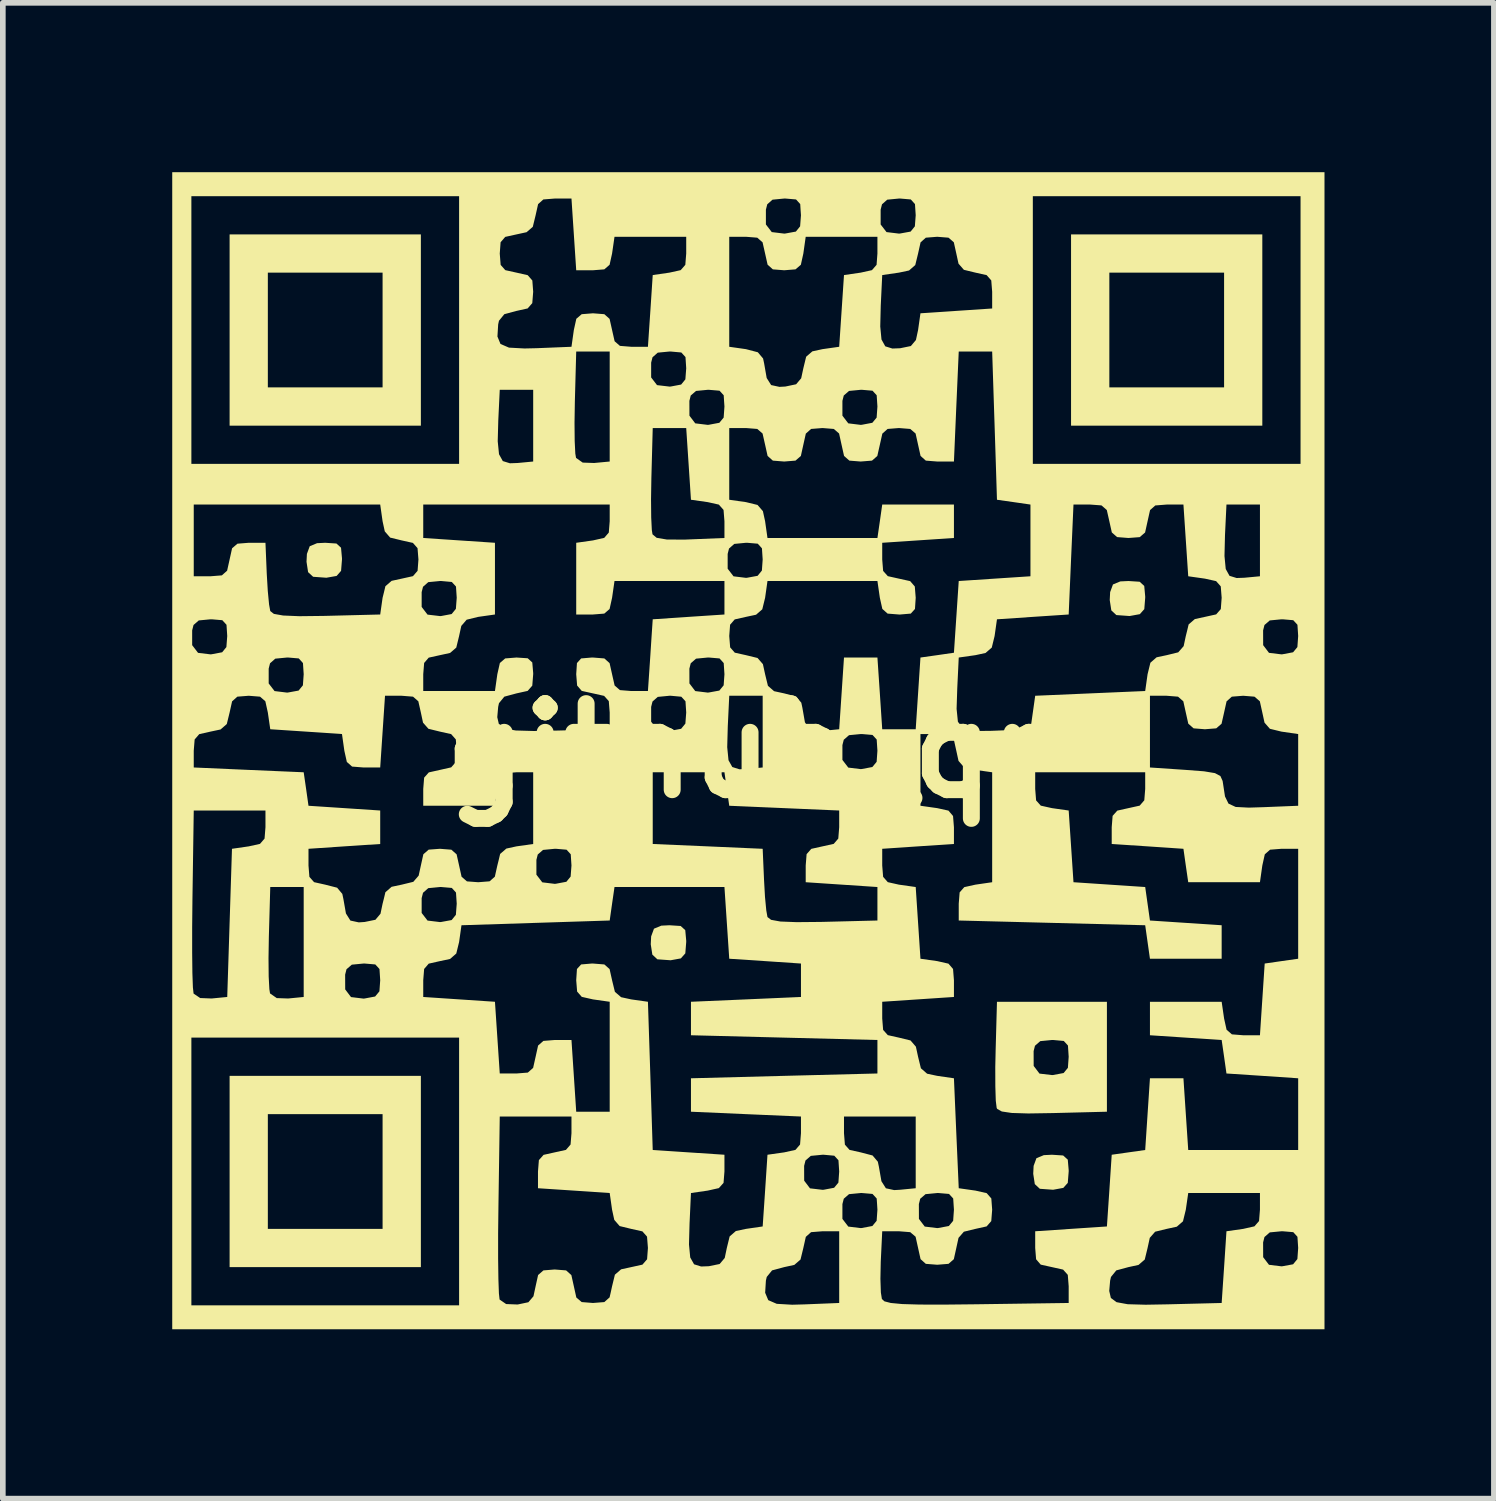
<source format=kicad_pcb>
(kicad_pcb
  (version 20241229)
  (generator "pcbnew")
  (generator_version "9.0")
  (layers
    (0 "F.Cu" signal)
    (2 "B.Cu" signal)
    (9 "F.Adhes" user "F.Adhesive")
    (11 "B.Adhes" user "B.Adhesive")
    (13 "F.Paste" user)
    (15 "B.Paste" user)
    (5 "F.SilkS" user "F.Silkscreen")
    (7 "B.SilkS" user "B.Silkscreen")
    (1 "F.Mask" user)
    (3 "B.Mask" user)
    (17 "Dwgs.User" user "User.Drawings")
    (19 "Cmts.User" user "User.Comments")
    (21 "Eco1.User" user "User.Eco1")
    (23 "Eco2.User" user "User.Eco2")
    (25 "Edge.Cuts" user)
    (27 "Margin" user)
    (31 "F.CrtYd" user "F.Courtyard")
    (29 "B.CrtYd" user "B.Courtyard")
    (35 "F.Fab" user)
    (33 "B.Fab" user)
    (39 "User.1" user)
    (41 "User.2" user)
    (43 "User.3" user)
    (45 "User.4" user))
  (footprint "github_qr"
    (layer "F.Cu")
    (at 10.16 10.245)
    (property "Reference" "github_qr" (at 0 0 0) (layer "F.SilkS") (effects (font (size 1.524 1.524) (thickness 0.3))))
    (attr board_only exclude_from_pos_files exclude_from_bom)
    (fp_poly (pts (xy -5.757 -5.757) (xy -9.144 -5.757) (xy -9.144 -6.435) (xy -8.467 -6.435) (xy -6.435 -6.435) (xy -6.435 -8.467) (xy -8.467 -8.467) (xy -8.467 -6.435) (xy -9.144 -6.435) (xy -9.144 -9.144) (xy -5.757 -9.144)) (stroke (width 0) (type solid)) (fill yes) (layer "F.SilkS"))
    (fp_poly (pts (xy -5.757 9.144) (xy -9.144 9.144) (xy -9.144 8.467) (xy -8.467 8.467) (xy -6.435 8.467) (xy -6.435 6.435) (xy -8.467 6.435) (xy -8.467 8.467) (xy -9.144 8.467) (xy -9.144 5.757) (xy -5.757 5.757)) (stroke (width 0) (type solid)) (fill yes) (layer "F.SilkS"))
    (fp_poly (pts (xy 9.144 -5.757) (xy 5.757 -5.757) (xy 5.757 -6.435) (xy 6.435 -6.435) (xy 8.467 -6.435) (xy 8.467 -8.467) (xy 6.435 -8.467) (xy 6.435 -6.435) (xy 5.757 -6.435) (xy 5.757 -9.144) (xy 9.144 -9.144)) (stroke (width 0) (type solid)) (fill yes) (layer "F.SilkS"))
    (fp_poly (pts (xy -7.252 -3.67) (xy -7.171 -3.596) (xy -7.154 -3.409) (xy -7.154 -3.387) (xy -7.17 -3.186) (xy -7.249 -3.096) (xy -7.43 -3.064) (xy -7.665 -3.081) (xy -7.754 -3.163) (xy -7.782 -3.347) (xy -7.775 -3.486) (xy -7.725 -3.622) (xy -7.595 -3.676) (xy -7.451 -3.683)) (stroke (width 0) (type solid)) (fill yes) (layer "F.SilkS"))
    (fp_poly (pts (xy -1.156 3.103) (xy -1.075 3.177) (xy -1.058 3.364) (xy -1.058 3.387) (xy -1.074 3.588) (xy -1.153 3.677) (xy -1.334 3.71) (xy -1.569 3.693) (xy -1.658 3.61) (xy -1.686 3.427) (xy -1.679 3.287) (xy -1.629 3.151) (xy -1.499 3.097) (xy -1.355 3.09)) (stroke (width 0) (type solid)) (fill yes) (layer "F.SilkS"))
    (fp_poly (pts (xy 5.617 7.167) (xy 5.699 7.241) (xy 5.715 7.428) (xy 5.715 7.451) (xy 5.699 7.652) (xy 5.62 7.741) (xy 5.439 7.774) (xy 5.204 7.757) (xy 5.115 7.674) (xy 5.087 7.491) (xy 5.094 7.351) (xy 5.144 7.215) (xy 5.275 7.161) (xy 5.419 7.154)) (stroke (width 0) (type solid)) (fill yes) (layer "F.SilkS"))
    (fp_poly (pts (xy 6.972 -2.993) (xy 7.053 -2.919) (xy 7.07 -2.732) (xy 7.07 -2.709) (xy 7.054 -2.508) (xy 6.975 -2.419) (xy 6.794 -2.386) (xy 6.559 -2.403) (xy 6.47 -2.486) (xy 6.442 -2.669) (xy 6.449 -2.809) (xy 6.499 -2.945) (xy 6.629 -2.999) (xy 6.773 -3.006)) (stroke (width 0) (type solid)) (fill yes) (layer "F.SilkS"))
    (fp_poly (pts (xy 6.392 6.392) (xy 5.438 6.416) (xy 5 6.423) (xy 4.706 6.414) (xy 4.531 6.388) (xy 4.45 6.343) (xy 4.44 6.326) (xy 4.424 6.197) (xy 4.416 5.941) (xy 4.415 5.598) (xy 4.421 5.328) (xy 4.421 5.319) (xy 5.094 5.319) (xy 5.095 5.581) (xy 5.198 5.717) (xy 5.42 5.743) (xy 5.439 5.742) (xy 5.625 5.707) (xy 5.701 5.615) (xy 5.715 5.419) (xy 5.702 5.22) (xy 5.628 5.139) (xy 5.441 5.122) (xy 5.419 5.122) (xy 5.212 5.142) (xy 5.118 5.224) (xy 5.094 5.319) (xy 4.421 5.319) (xy 4.445 4.445) (xy 6.392 4.445)) (stroke (width 0) (type solid)) (fill yes) (layer "F.SilkS"))
    (fp_poly (pts (xy 10.245 10.245) (xy -10.16 10.245) (xy -10.16 9.821) (xy -9.821 9.821) (xy -5.08 9.821) (xy -5.08 8.992) (xy -4.389 8.992) (xy -4.384 9.357) (xy -4.375 9.609) (xy -4.363 9.718) (xy -4.247 9.798) (xy -4.043 9.806) (xy -3.853 9.766) (xy -3.763 9.66) (xy -3.725 9.483) (xy -3.681 9.284) (xy -3.587 9.202) (xy -3.387 9.186) (xy -3.185 9.202) (xy -3.092 9.285) (xy -3.048 9.483) (xy -3.004 9.682) (xy -2.909 9.763) (xy -2.709 9.779) (xy -2.508 9.763) (xy -2.415 9.68) (xy -2.396 9.598) (xy 0.34 9.598) (xy 0.395 9.729) (xy 0.545 9.794) (xy 0.818 9.81) (xy 1.036 9.804) (xy 1.651 9.779) (xy 1.651 9.351) (xy 2.381 9.351) (xy 2.389 9.593) (xy 2.407 9.708) (xy 2.452 9.75) (xy 2.565 9.779) (xy 2.766 9.798) (xy 3.075 9.807) (xy 3.513 9.808) (xy 4.083 9.802) (xy 5.715 9.779) (xy 5.715 9.566) (xy 6.433 9.566) (xy 6.462 9.69) (xy 6.563 9.765) (xy 6.759 9.801) (xy 7.078 9.81) (xy 7.47 9.803) (xy 8.424 9.779) (xy 8.467 9.144) (xy 8.496 8.706) (xy 9.158 8.706) (xy 9.159 8.968) (xy 9.262 9.103) (xy 9.484 9.13) (xy 9.503 9.128) (xy 9.689 9.094) (xy 9.765 9.001) (xy 9.779 8.805) (xy 9.766 8.607) (xy 9.692 8.525) (xy 9.505 8.509) (xy 9.483 8.509) (xy 9.276 8.529) (xy 9.182 8.611) (xy 9.158 8.706) (xy 8.496 8.706) (xy 8.509 8.509) (xy 8.805 8.467) (xy 9.004 8.422) (xy 9.086 8.328) (xy 9.102 8.128) (xy 9.102 7.832) (xy 7.832 7.832) (xy 7.789 8.128) (xy 7.739 8.333) (xy 7.63 8.428) (xy 7.451 8.467) (xy 7.246 8.517) (xy 7.151 8.626) (xy 7.112 8.805) (xy 7.062 9.01) (xy 6.952 9.105) (xy 6.773 9.144) (xy 6.558 9.202) (xy 6.464 9.318) (xy 6.449 9.383) (xy 6.433 9.566) (xy 5.715 9.566) (xy 5.715 9.483) (xy 5.699 9.281) (xy 5.616 9.188) (xy 5.419 9.144) (xy 5.22 9.1) (xy 5.138 9.005) (xy 5.122 8.805) (xy 5.122 8.509) (xy 6.392 8.424) (xy 6.435 7.789) (xy 6.477 7.154) (xy 6.773 7.112) (xy 7.07 7.07) (xy 7.112 6.435) (xy 7.154 5.8) (xy 7.747 5.8) (xy 7.832 7.07) (xy 9.779 7.07) (xy 9.779 5.8) (xy 9.144 5.757) (xy 8.509 5.715) (xy 8.467 5.419) (xy 8.424 5.122) (xy 7.789 5.08) (xy 7.154 5.038) (xy 7.154 4.445) (xy 8.424 4.445) (xy 8.467 4.741) (xy 8.511 4.94) (xy 8.605 5.022) (xy 8.805 5.038) (xy 9.102 5.038) (xy 9.144 4.403) (xy 9.186 3.768) (xy 9.483 3.725) (xy 9.779 3.683) (xy 9.779 1.736) (xy 9.483 1.736) (xy 9.281 1.752) (xy 9.188 1.834) (xy 9.144 2.032) (xy 9.102 2.328) (xy 7.832 2.328) (xy 7.789 2.032) (xy 7.747 1.736) (xy 7.112 1.693) (xy 6.477 1.651) (xy 6.477 1.355) (xy 6.493 1.153) (xy 6.576 1.06) (xy 6.773 1.016) (xy 6.972 0.972) (xy 7.054 0.877) (xy 7.07 0.677) (xy 7.07 0.381) (xy 5.122 0.381) (xy 5.122 0.677) (xy 5.138 0.879) (xy 5.221 0.972) (xy 5.419 1.016) (xy 5.715 1.058) (xy 5.8 2.328) (xy 7.07 2.413) (xy 7.112 2.709) (xy 7.154 3.006) (xy 7.789 3.048) (xy 8.424 3.09) (xy 8.424 3.683) (xy 7.154 3.683) (xy 7.112 3.387) (xy 7.07 3.09) (xy 5.419 3.048) (xy 3.768 3.006) (xy 3.768 2.709) (xy 3.784 2.508) (xy 3.866 2.415) (xy 4.064 2.371) (xy 4.36 2.328) (xy 4.36 0.381) (xy 4.064 0.339) (xy 3.89 0.296) (xy 7.154 0.296) (xy 7.789 0.339) (xy 8.113 0.364) (xy 8.305 0.396) (xy 8.402 0.448) (xy 8.441 0.535) (xy 8.45 0.593) (xy 8.483 0.809) (xy 8.545 0.936) (xy 8.672 0.995) (xy 8.903 1.007) (xy 9.164 0.999) (xy 9.779 0.974) (xy 9.779 -0.296) (xy 9.483 -0.339) (xy 9.278 -0.389) (xy 9.183 -0.498) (xy 9.144 -0.677) (xy 9.1 -0.876) (xy 9.005 -0.958) (xy 8.805 -0.974) (xy 8.604 -0.958) (xy 8.511 -0.875) (xy 8.467 -0.677) (xy 8.422 -0.478) (xy 8.328 -0.397) (xy 8.128 -0.381) (xy 7.927 -0.397) (xy 7.833 -0.48) (xy 7.789 -0.677) (xy 7.745 -0.876) (xy 7.651 -0.958) (xy 7.451 -0.974) (xy 7.154 -0.974) (xy 7.154 0.296) (xy 3.89 0.296) (xy 3.859 0.289) (xy 3.764 0.179) (xy 3.725 0) (xy 3.681 -0.199) (xy 3.587 -0.281) (xy 3.387 -0.296) (xy 3.09 -0.296) (xy 3.09 0.974) (xy 3.387 1.016) (xy 3.586 1.06) (xy 3.667 1.155) (xy 3.683 1.355) (xy 3.683 1.651) (xy 3.048 1.693) (xy 2.413 1.736) (xy 2.413 2.032) (xy 2.429 2.233) (xy 2.512 2.327) (xy 2.709 2.371) (xy 3.006 2.413) (xy 3.048 3.048) (xy 3.09 3.683) (xy 3.387 3.725) (xy 3.586 3.77) (xy 3.667 3.864) (xy 3.683 4.064) (xy 3.683 4.36) (xy 2.413 4.445) (xy 2.413 4.741) (xy 2.429 4.943) (xy 2.512 5.036) (xy 2.709 5.08) (xy 2.914 5.13) (xy 3.009 5.24) (xy 3.048 5.419) (xy 3.098 5.623) (xy 3.208 5.719) (xy 3.387 5.757) (xy 3.683 5.8) (xy 3.725 6.773) (xy 3.768 7.747) (xy 4.064 7.789) (xy 4.263 7.834) (xy 4.345 7.928) (xy 4.36 8.128) (xy 4.344 8.329) (xy 4.262 8.423) (xy 4.064 8.467) (xy 3.859 8.517) (xy 3.764 8.626) (xy 3.725 8.805) (xy 3.681 9.004) (xy 3.587 9.086) (xy 3.387 9.102) (xy 3.185 9.086) (xy 3.092 9.003) (xy 3.048 8.805) (xy 3.004 8.606) (xy 2.909 8.525) (xy 2.709 8.509) (xy 2.413 8.509) (xy 2.387 9.05) (xy 2.381 9.351) (xy 1.651 9.351) (xy 1.651 8.509) (xy 1.355 8.509) (xy 1.153 8.525) (xy 1.06 8.608) (xy 1.016 8.805) (xy 0.966 9.01) (xy 0.856 9.105) (xy 0.677 9.144) (xy 0.462 9.202) (xy 0.368 9.318) (xy 0.353 9.383) (xy 0.34 9.598) (xy -2.396 9.598) (xy -2.371 9.483) (xy -2.321 9.278) (xy -2.211 9.183) (xy -2.032 9.144) (xy -1.833 9.1) (xy -1.751 9.005) (xy -1.736 8.805) (xy -1.752 8.604) (xy -1.834 8.511) (xy -2.032 8.467) (xy -2.237 8.417) (xy -2.332 8.307) (xy -2.371 8.128) (xy -2.413 7.832) (xy -3.048 7.789) (xy -3.683 7.747) (xy -3.683 7.451) (xy -3.667 7.249) (xy -3.584 7.156) (xy -3.387 7.112) (xy -3.188 7.068) (xy -3.106 6.973) (xy -3.09 6.773) (xy -3.09 6.477) (xy -4.36 6.477) (xy -4.383 8.041) (xy -4.389 8.544) (xy -4.389 8.992) (xy -5.08 8.992) (xy -5.08 5.08) (xy -9.821 5.08) (xy -9.821 9.821) (xy -10.16 9.821) (xy -10.16 3.574) (xy -9.807 3.574) (xy -9.803 3.938) (xy -9.794 4.191) (xy -9.782 4.3) (xy -9.665 4.379) (xy -9.462 4.387) (xy -9.186 4.36) (xy -9.164 3.676) (xy -8.455 3.676) (xy -8.452 3.998) (xy -8.44 4.221) (xy -8.428 4.297) (xy -8.309 4.38) (xy -8.107 4.387) (xy -7.832 4.36) (xy -7.832 3.964) (xy -7.098 3.964) (xy -7.097 4.226) (xy -6.994 4.362) (xy -6.772 4.389) (xy -6.753 4.387) (xy -6.61 4.36) (xy -5.715 4.36) (xy -4.445 4.445) (xy -4.36 5.715) (xy -4.064 5.715) (xy -3.863 5.699) (xy -3.769 5.616) (xy -3.725 5.419) (xy -3.681 5.22) (xy -3.587 5.138) (xy -3.387 5.122) (xy -3.09 5.122) (xy -3.048 5.757) (xy -3.006 6.392) (xy -2.413 6.392) (xy -2.413 4.445) (xy -2.709 4.403) (xy -2.908 4.358) (xy -2.99 4.264) (xy -3.006 4.064) (xy -2.993 3.865) (xy -2.919 3.784) (xy -2.732 3.768) (xy -2.709 3.768) (xy -2.508 3.784) (xy -2.415 3.866) (xy -2.371 4.064) (xy -2.321 4.269) (xy -2.211 4.364) (xy -2.032 4.403) (xy -1.736 4.445) (xy -1.693 5.757) (xy -1.651 7.07) (xy -1.016 7.112) (xy -0.381 7.154) (xy -0.381 7.451) (xy -0.397 7.652) (xy -0.48 7.745) (xy -0.677 7.789) (xy -0.974 7.832) (xy -0.999 8.373) (xy -1.009 8.743) (xy -0.987 8.973) (xy -0.919 9.094) (xy -0.794 9.133) (xy -0.657 9.128) (xy -0.466 9.089) (xy -0.376 8.982) (xy -0.339 8.805) (xy -0.289 8.601) (xy -0.179 8.505) (xy 0 8.467) (xy 0.296 8.424) (xy 0.323 8.028) (xy 1.708 8.028) (xy 1.708 8.29) (xy 1.812 8.426) (xy 2.033 8.453) (xy 2.053 8.451) (xy 2.238 8.416) (xy 2.314 8.324) (xy 2.328 8.128) (xy 2.322 8.028) (xy 3.062 8.028) (xy 3.063 8.29) (xy 3.166 8.426) (xy 3.388 8.453) (xy 3.407 8.451) (xy 3.593 8.416) (xy 3.669 8.324) (xy 3.683 8.128) (xy 3.67 7.929) (xy 3.596 7.848) (xy 3.409 7.832) (xy 3.387 7.832) (xy 3.18 7.852) (xy 3.086 7.933) (xy 3.062 8.028) (xy 2.322 8.028) (xy 2.315 7.929) (xy 2.241 7.848) (xy 2.055 7.832) (xy 2.032 7.832) (xy 1.825 7.852) (xy 1.732 7.933) (xy 1.708 8.028) (xy 0.323 8.028) (xy 0.339 7.789) (xy 0.368 7.351) (xy 1.03 7.351) (xy 1.031 7.613) (xy 1.134 7.749) (xy 1.356 7.775) (xy 1.375 7.774) (xy 1.561 7.739) (xy 1.637 7.647) (xy 1.651 7.451) (xy 1.638 7.252) (xy 1.564 7.171) (xy 1.377 7.154) (xy 1.355 7.154) (xy 1.148 7.174) (xy 1.054 7.256) (xy 1.03 7.351) (xy 0.368 7.351) (xy 0.381 7.154) (xy 0.677 7.112) (xy 0.876 7.068) (xy 0.958 6.973) (xy 0.974 6.773) (xy 1.736 6.773) (xy 1.752 6.975) (xy 1.834 7.068) (xy 2.032 7.112) (xy 2.242 7.167) (xy 2.335 7.277) (xy 2.354 7.366) (xy 2.399 7.623) (xy 2.478 7.748) (xy 2.625 7.78) (xy 2.73 7.774) (xy 3.006 7.747) (xy 3.006 6.477) (xy 1.736 6.477) (xy 1.736 6.773) (xy 0.974 6.773) (xy 0.974 6.477) (xy 0 6.435) (xy -0.974 6.392) (xy -0.974 5.8) (xy 0.677 5.757) (xy 2.328 5.715) (xy 2.328 5.122) (xy 0.677 5.08) (xy -0.974 5.038) (xy -0.974 4.445) (xy 0 4.403) (xy 0.974 4.36) (xy 0.974 3.768) (xy 0.339 3.725) (xy -0.296 3.683) (xy -0.381 2.413) (xy -2.328 2.413) (xy -2.371 2.709) (xy -2.413 3.006) (xy -3.725 3.048) (xy -5.038 3.09) (xy -5.08 3.387) (xy -5.13 3.591) (xy -5.24 3.687) (xy -5.419 3.725) (xy -5.618 3.77) (xy -5.699 3.864) (xy -5.715 4.064) (xy -5.715 4.36) (xy -6.61 4.36) (xy -6.567 4.352) (xy -6.491 4.26) (xy -6.477 4.064) (xy -6.49 3.865) (xy -6.564 3.784) (xy -6.751 3.768) (xy -6.773 3.768) (xy -6.98 3.788) (xy -7.074 3.869) (xy -7.098 3.964) (xy -7.832 3.964) (xy -7.832 2.413) (xy -8.424 2.413) (xy -8.449 3.296) (xy -8.455 3.676) (xy -9.164 3.676) (xy -9.144 3.048) (xy -9.102 1.736) (xy -8.805 1.693) (xy -8.606 1.649) (xy -8.525 1.555) (xy -8.509 1.355) (xy -8.509 1.058) (xy -9.779 1.058) (xy -9.802 2.622) (xy -9.807 3.125) (xy -9.807 3.574) (xy -10.16 3.574) (xy -10.16 0.296) (xy -9.779 0.296) (xy -8.805 0.339) (xy -7.832 0.381) (xy -7.789 0.677) (xy -7.747 0.974) (xy -7.112 1.016) (xy -6.477 1.058) (xy -6.477 1.651) (xy -7.112 1.693) (xy -7.747 1.736) (xy -7.747 2.032) (xy -7.731 2.233) (xy -7.648 2.327) (xy -7.451 2.371) (xy -7.24 2.425) (xy -7.148 2.535) (xy -7.129 2.625) (xy -7.084 2.881) (xy -7.005 3.007) (xy -6.857 3.039) (xy -6.753 3.032) (xy -6.562 2.993) (xy -6.472 2.886) (xy -6.435 2.709) (xy -6.41 2.61) (xy -5.743 2.61) (xy -5.743 2.872) (xy -5.639 3.007) (xy -5.417 3.034) (xy -5.398 3.032) (xy -5.212 2.998) (xy -5.137 2.905) (xy -5.122 2.709) (xy -5.135 2.511) (xy -5.209 2.429) (xy -5.396 2.413) (xy -5.419 2.413) (xy -5.626 2.433) (xy -5.719 2.515) (xy -5.743 2.61) (xy -6.41 2.61) (xy -6.385 2.505) (xy -6.275 2.409) (xy -6.096 2.371) (xy -5.891 2.321) (xy -5.796 2.211) (xy -5.757 2.032) (xy -5.713 1.833) (xy -5.619 1.751) (xy -5.419 1.736) (xy -5.217 1.752) (xy -5.124 1.834) (xy -5.08 2.032) (xy -5.036 2.231) (xy -4.941 2.313) (xy -4.741 2.328) (xy -4.54 2.312) (xy -4.447 2.23) (xy -4.403 2.032) (xy -4.378 1.932) (xy -3.711 1.932) (xy -3.711 2.194) (xy -3.607 2.33) (xy -3.385 2.357) (xy -3.366 2.355) (xy -3.18 2.32) (xy -3.105 2.228) (xy -3.09 2.032) (xy -3.103 1.833) (xy -3.177 1.752) (xy -3.364 1.736) (xy -3.387 1.736) (xy -3.594 1.756) (xy -3.687 1.837) (xy -3.711 1.932) (xy -4.378 1.932) (xy -4.353 1.827) (xy -4.243 1.732) (xy -4.064 1.693) (xy -3.768 1.651) (xy -1.651 1.651) (xy -0.677 1.693) (xy 0.296 1.736) (xy 0.32 2.286) (xy 0.337 2.588) (xy 0.36 2.828) (xy 0.381 2.945) (xy 0.445 2.994) (xy 0.61 3.024) (xy 0.896 3.035) (xy 1.327 3.031) (xy 1.374 3.03) (xy 2.328 3.006) (xy 2.328 2.413) (xy 1.058 2.328) (xy 1.058 2.032) (xy 1.074 1.831) (xy 1.157 1.737) (xy 1.355 1.693) (xy 1.554 1.649) (xy 1.635 1.555) (xy 1.651 1.355) (xy 1.651 1.058) (xy 0.677 1.016) (xy -0.296 0.974) (xy -0.339 0.677) (xy -0.381 0.381) (xy -1.651 0.381) (xy -1.651 1.651) (xy -3.768 1.651) (xy -3.768 0.381) (xy -4.064 0.381) (xy -4.265 0.397) (xy -4.359 0.48) (xy -4.403 0.677) (xy -4.445 0.974) (xy -5.715 0.974) (xy -5.715 0.677) (xy -5.699 0.476) (xy -5.616 0.383) (xy -5.419 0.339) (xy -5.22 0.294) (xy -5.138 0.2) (xy -5.122 0) (xy -5.127 -0.063) (xy -0.332 -0.063) (xy -0.309 0.168) (xy -0.242 0.288) (xy -0.116 0.328) (xy 0.021 0.323) (xy 0.296 0.296) (xy 0.296 -0.1) (xy 1.708 -0.1) (xy 1.708 0.162) (xy 1.812 0.298) (xy 2.033 0.325) (xy 2.053 0.323) (xy 2.238 0.288) (xy 2.314 0.196) (xy 2.328 0) (xy 2.315 -0.199) (xy 2.241 -0.28) (xy 2.055 -0.296) (xy 2.032 -0.296) (xy 1.825 -0.276) (xy 1.732 -0.195) (xy 1.708 -0.1) (xy 0.296 -0.1) (xy 0.296 -0.974) (xy -0.296 -0.974) (xy -0.322 -0.432) (xy -0.332 -0.063) (xy -5.127 -0.063) (xy -5.138 -0.201) (xy -5.221 -0.295) (xy -5.419 -0.339) (xy -5.623 -0.389) (xy -5.719 -0.498) (xy -5.757 -0.677) (xy -5.802 -0.876) (xy -5.896 -0.958) (xy -6.096 -0.974) (xy -6.392 -0.974) (xy -6.477 0.296) (xy -6.773 0.296) (xy -6.975 0.28) (xy -7.068 0.198) (xy -7.112 0) (xy -7.154 -0.296) (xy -7.789 -0.339) (xy -8.424 -0.381) (xy -8.467 -0.677) (xy -8.511 -0.876) (xy -8.605 -0.958) (xy -8.805 -0.974) (xy -9.007 -0.958) (xy -9.1 -0.875) (xy -9.144 -0.677) (xy -9.194 -0.473) (xy -9.304 -0.377) (xy -9.483 -0.339) (xy -9.682 -0.294) (xy -9.763 -0.2) (xy -9.779 0) (xy -9.779 0.296) (xy -10.16 0.296) (xy -10.16 -1.454) (xy -8.452 -1.454) (xy -8.452 -1.192) (xy -8.348 -1.057) (xy -8.127 -1.03) (xy -8.107 -1.032) (xy -7.965 -1.058) (xy -5.715 -1.058) (xy -4.445 -1.058) (xy -4.403 -1.355) (xy -4.358 -1.554) (xy -4.264 -1.635) (xy -4.064 -1.651) (xy -3.865 -1.638) (xy -3.784 -1.564) (xy -3.768 -1.377) (xy -3.768 -1.355) (xy -3.784 -1.153) (xy -3.866 -1.06) (xy -4.064 -1.016) (xy -4.279 -0.958) (xy -4.374 -0.842) (xy -4.388 -0.777) (xy -4.404 -0.594) (xy -4.375 -0.47) (xy -4.275 -0.395) (xy -4.078 -0.359) (xy -3.759 -0.35) (xy -3.367 -0.357) (xy -2.413 -0.381) (xy -2.413 -0.677) (xy -2.421 -0.777) (xy -1.679 -0.777) (xy -1.679 -0.515) (xy -1.575 -0.379) (xy -1.353 -0.353) (xy -1.334 -0.354) (xy -1.148 -0.389) (xy -1.073 -0.481) (xy -1.058 -0.677) (xy -1.071 -0.876) (xy -1.145 -0.957) (xy -1.332 -0.974) (xy -1.355 -0.974) (xy -1.562 -0.954) (xy -1.655 -0.872) (xy -1.679 -0.777) (xy -2.421 -0.777) (xy -2.429 -0.879) (xy -2.512 -0.972) (xy -2.709 -1.016) (xy -2.908 -1.06) (xy -2.99 -1.155) (xy -3.006 -1.355) (xy -2.993 -1.553) (xy -2.919 -1.635) (xy -2.732 -1.651) (xy -2.709 -1.651) (xy -2.508 -1.635) (xy -2.415 -1.552) (xy -2.371 -1.355) (xy -2.326 -1.156) (xy -2.232 -1.074) (xy -2.032 -1.058) (xy -1.736 -1.058) (xy -1.709 -1.454) (xy -1.002 -1.454) (xy -1.001 -1.192) (xy -0.898 -1.057) (xy -0.676 -1.03) (xy -0.657 -1.032) (xy -0.471 -1.066) (xy -0.395 -1.159) (xy -0.381 -1.355) (xy -0.394 -1.553) (xy -0.468 -1.635) (xy -0.655 -1.651) (xy -0.677 -1.651) (xy -0.884 -1.631) (xy -0.978 -1.549) (xy -1.002 -1.454) (xy -1.709 -1.454) (xy -1.693 -1.693) (xy -1.671 -2.032) (xy -0.296 -2.032) (xy -0.28 -1.831) (xy -0.198 -1.737) (xy 0 -1.693) (xy 0.205 -1.643) (xy 0.3 -1.534) (xy 0.339 -1.355) (xy 0.389 -1.15) (xy 0.498 -1.055) (xy 0.677 -1.016) (xy 0.888 -0.961) (xy 0.98 -0.851) (xy 0.999 -0.762) (xy 1.044 -0.505) (xy 1.123 -0.38) (xy 1.271 -0.348) (xy 1.375 -0.354) (xy 1.651 -0.381) (xy 1.736 -1.651) (xy 2.328 -1.651) (xy 2.371 -1.016) (xy 2.413 -0.381) (xy 3.006 -0.381) (xy 3.03 -0.743) (xy 3.73 -0.743) (xy 3.753 -0.515) (xy 3.84 -0.395) (xy 4.019 -0.351) (xy 4.318 -0.352) (xy 4.423 -0.356) (xy 5.038 -0.381) (xy 5.08 -0.677) (xy 5.122 -0.974) (xy 6.096 -1.016) (xy 7.07 -1.058) (xy 7.112 -1.355) (xy 7.162 -1.559) (xy 7.272 -1.655) (xy 7.451 -1.693) (xy 7.655 -1.743) (xy 7.751 -1.853) (xy 7.789 -2.032) (xy 7.814 -2.132) (xy 9.158 -2.132) (xy 9.159 -1.87) (xy 9.262 -1.734) (xy 9.484 -1.707) (xy 9.503 -1.709) (xy 9.689 -1.744) (xy 9.765 -1.836) (xy 9.779 -2.032) (xy 9.766 -2.231) (xy 9.692 -2.312) (xy 9.505 -2.328) (xy 9.483 -2.328) (xy 9.276 -2.308) (xy 9.182 -2.227) (xy 9.158 -2.132) (xy 7.814 -2.132) (xy 7.839 -2.237) (xy 7.949 -2.332) (xy 8.128 -2.371) (xy 8.327 -2.415) (xy 8.409 -2.509) (xy 8.424 -2.709) (xy 8.408 -2.911) (xy 8.326 -3.004) (xy 8.128 -3.048) (xy 7.832 -3.09) (xy 7.808 -3.449) (xy 8.474 -3.449) (xy 8.496 -3.219) (xy 8.563 -3.098) (xy 8.689 -3.059) (xy 8.826 -3.064) (xy 9.102 -3.09) (xy 9.102 -4.36) (xy 8.509 -4.36) (xy 8.483 -3.819) (xy 8.474 -3.449) (xy 7.808 -3.449) (xy 7.747 -4.36) (xy 7.451 -4.36) (xy 7.249 -4.344) (xy 7.156 -4.262) (xy 7.112 -4.064) (xy 7.068 -3.865) (xy 6.973 -3.783) (xy 6.773 -3.768) (xy 6.572 -3.784) (xy 6.479 -3.866) (xy 6.435 -4.064) (xy 6.39 -4.263) (xy 6.296 -4.345) (xy 6.096 -4.36) (xy 5.8 -4.36) (xy 5.757 -3.387) (xy 5.715 -2.413) (xy 5.08 -2.371) (xy 4.445 -2.328) (xy 4.403 -2.032) (xy 4.353 -1.827) (xy 4.243 -1.732) (xy 4.064 -1.693) (xy 3.768 -1.651) (xy 3.742 -1.11) (xy 3.73 -0.743) (xy 3.03 -0.743) (xy 3.048 -1.016) (xy 3.09 -1.651) (xy 3.387 -1.693) (xy 3.683 -1.736) (xy 3.768 -3.006) (xy 4.403 -3.048) (xy 5.038 -3.09) (xy 5.038 -4.36) (xy 4.741 -4.403) (xy 4.445 -4.445) (xy 4.425 -5.08) (xy 5.08 -5.08) (xy 9.821 -5.08) (xy 9.821 -9.821) (xy 5.08 -9.821) (xy 5.08 -5.08) (xy 4.425 -5.08) (xy 4.403 -5.757) (xy 4.36 -7.07) (xy 3.768 -7.07) (xy 3.725 -6.096) (xy 3.683 -5.122) (xy 3.387 -5.122) (xy 3.185 -5.138) (xy 3.092 -5.221) (xy 3.048 -5.419) (xy 3.004 -5.618) (xy 2.909 -5.699) (xy 2.709 -5.715) (xy 2.508 -5.699) (xy 2.415 -5.616) (xy 2.371 -5.419) (xy 2.326 -5.22) (xy 2.232 -5.138) (xy 2.032 -5.122) (xy 1.831 -5.138) (xy 1.737 -5.221) (xy 1.693 -5.419) (xy 1.649 -5.618) (xy 1.555 -5.699) (xy 1.355 -5.715) (xy 1.153 -5.699) (xy 1.06 -5.616) (xy 1.016 -5.419) (xy 0.972 -5.22) (xy 0.877 -5.138) (xy 0.677 -5.122) (xy 0.476 -5.138) (xy 0.383 -5.221) (xy 0.339 -5.419) (xy 0.294 -5.618) (xy 0.2 -5.699) (xy 0 -5.715) (xy -0.296 -5.715) (xy -0.296 -4.445) (xy 0 -4.403) (xy 0.205 -4.353) (xy 0.3 -4.243) (xy 0.339 -4.064) (xy 0.381 -3.768) (xy 2.328 -3.768) (xy 2.371 -4.064) (xy 2.413 -4.36) (xy 3.683 -4.36) (xy 3.683 -3.768) (xy 2.413 -3.683) (xy 2.413 -3.387) (xy 2.429 -3.185) (xy 2.512 -3.092) (xy 2.709 -3.048) (xy 2.908 -3.004) (xy 2.99 -2.909) (xy 3.006 -2.709) (xy 2.993 -2.511) (xy 2.919 -2.429) (xy 2.732 -2.413) (xy 2.709 -2.413) (xy 2.508 -2.429) (xy 2.415 -2.512) (xy 2.371 -2.709) (xy 2.328 -3.006) (xy 0.381 -3.006) (xy 0.339 -2.709) (xy 0.289 -2.505) (xy 0.179 -2.409) (xy 0 -2.371) (xy -0.199 -2.326) (xy -0.281 -2.232) (xy -0.296 -2.032) (xy -1.671 -2.032) (xy -1.651 -2.328) (xy -1.016 -2.371) (xy -0.381 -2.413) (xy -0.381 -3.006) (xy -2.328 -3.006) (xy -2.371 -2.709) (xy -2.415 -2.51) (xy -2.509 -2.429) (xy -2.709 -2.413) (xy -3.006 -2.413) (xy -3.006 -3.486) (xy -0.324 -3.486) (xy -0.324 -3.224) (xy -0.22 -3.089) (xy 0.001 -3.062) (xy 0.021 -3.064) (xy 0.206 -3.098) (xy 0.282 -3.191) (xy 0.296 -3.387) (xy 0.283 -3.585) (xy 0.209 -3.667) (xy 0.023 -3.683) (xy 0 -3.683) (xy -0.207 -3.663) (xy -0.3 -3.581) (xy -0.324 -3.486) (xy -3.006 -3.486) (xy -3.006 -3.683) (xy -2.709 -3.725) (xy -2.51 -3.77) (xy -2.429 -3.864) (xy -2.413 -4.064) (xy -2.413 -4.36) (xy -5.715 -4.36) (xy -5.715 -3.768) (xy -4.445 -3.683) (xy -4.445 -2.413) (xy -4.741 -2.371) (xy -4.946 -2.321) (xy -5.041 -2.211) (xy -5.08 -2.032) (xy -5.13 -1.827) (xy -5.24 -1.732) (xy -5.419 -1.693) (xy -5.618 -1.649) (xy -5.699 -1.555) (xy -5.715 -1.355) (xy -5.715 -1.058) (xy -7.965 -1.058) (xy -7.922 -1.066) (xy -7.846 -1.159) (xy -7.832 -1.355) (xy -7.845 -1.553) (xy -7.919 -1.635) (xy -8.105 -1.651) (xy -8.128 -1.651) (xy -8.335 -1.631) (xy -8.428 -1.549) (xy -8.452 -1.454) (xy -10.16 -1.454) (xy -10.16 -2.132) (xy -9.807 -2.132) (xy -9.807 -1.87) (xy -9.703 -1.734) (xy -9.481 -1.707) (xy -9.462 -1.709) (xy -9.276 -1.744) (xy -9.201 -1.836) (xy -9.186 -2.032) (xy -9.199 -2.231) (xy -9.273 -2.312) (xy -9.46 -2.328) (xy -9.483 -2.328) (xy -9.69 -2.308) (xy -9.783 -2.227) (xy -9.807 -2.132) (xy -10.16 -2.132) (xy -10.16 -3.09) (xy -9.779 -3.09) (xy -9.483 -3.09) (xy -9.281 -3.106) (xy -9.188 -3.189) (xy -9.144 -3.387) (xy -9.1 -3.586) (xy -9.005 -3.667) (xy -8.805 -3.683) (xy -8.509 -3.683) (xy -8.486 -3.133) (xy -8.468 -2.831) (xy -8.445 -2.59) (xy -8.424 -2.474) (xy -8.36 -2.424) (xy -8.196 -2.395) (xy -7.909 -2.383) (xy -7.478 -2.388) (xy -7.431 -2.389) (xy -6.477 -2.413) (xy -6.435 -2.709) (xy -6.41 -2.809) (xy -5.743 -2.809) (xy -5.743 -2.547) (xy -5.639 -2.411) (xy -5.417 -2.385) (xy -5.398 -2.386) (xy -5.212 -2.421) (xy -5.137 -2.513) (xy -5.122 -2.709) (xy -5.135 -2.908) (xy -5.209 -2.989) (xy -5.396 -3.006) (xy -5.419 -3.006) (xy -5.626 -2.986) (xy -5.719 -2.904) (xy -5.743 -2.809) (xy -6.41 -2.809) (xy -6.385 -2.914) (xy -6.275 -3.009) (xy -6.096 -3.048) (xy -5.897 -3.092) (xy -5.815 -3.187) (xy -5.8 -3.387) (xy -5.816 -3.588) (xy -5.898 -3.681) (xy -6.096 -3.725) (xy -6.301 -3.775) (xy -6.396 -3.885) (xy -6.435 -4.064) (xy -6.477 -4.36) (xy -9.779 -4.36) (xy -9.779 -3.09) (xy -10.16 -3.09) (xy -10.16 -4.453) (xy -1.681 -4.453) (xy -1.678 -4.131) (xy -1.667 -3.908) (xy -1.655 -3.833) (xy -1.581 -3.771) (xy -1.402 -3.741) (xy -1.089 -3.739) (xy -0.996 -3.743) (xy -0.381 -3.768) (xy -0.381 -4.064) (xy -0.397 -4.265) (xy -0.48 -4.359) (xy -0.677 -4.403) (xy -0.974 -4.445) (xy -1.016 -5.08) (xy -1.058 -5.715) (xy -1.651 -5.715) (xy -1.675 -4.832) (xy -1.681 -4.453) (xy -10.16 -4.453) (xy -10.16 -5.08) (xy -9.821 -5.08) (xy -5.08 -5.08) (xy -5.08 -5.481) (xy -4.396 -5.481) (xy -4.373 -5.251) (xy -4.306 -5.13) (xy -4.18 -5.091) (xy -4.043 -5.096) (xy -3.768 -5.122) (xy -3.768 -5.807) (xy -3.036 -5.807) (xy -3.033 -5.485) (xy -3.022 -5.262) (xy -3.009 -5.186) (xy -2.891 -5.103) (xy -2.689 -5.096) (xy -2.413 -5.122) (xy -2.413 -6.196) (xy -1.002 -6.196) (xy -1.001 -5.934) (xy -0.898 -5.798) (xy -0.676 -5.771) (xy -0.657 -5.773) (xy -0.471 -5.808) (xy -0.395 -5.9) (xy -0.381 -6.096) (xy -0.388 -6.196) (xy 1.708 -6.196) (xy 1.708 -5.934) (xy 1.812 -5.798) (xy 2.033 -5.771) (xy 2.053 -5.773) (xy 2.238 -5.808) (xy 2.314 -5.9) (xy 2.328 -6.096) (xy 2.315 -6.295) (xy 2.241 -6.376) (xy 2.055 -6.392) (xy 2.032 -6.392) (xy 1.825 -6.372) (xy 1.732 -6.291) (xy 1.708 -6.196) (xy -0.388 -6.196) (xy -0.394 -6.295) (xy -0.468 -6.376) (xy -0.655 -6.392) (xy -0.677 -6.392) (xy -0.884 -6.372) (xy -0.978 -6.291) (xy -1.002 -6.196) (xy -2.413 -6.196) (xy -2.413 -6.873) (xy -1.679 -6.873) (xy -1.679 -6.611) (xy -1.575 -6.475) (xy -1.353 -6.449) (xy -1.334 -6.45) (xy -1.148 -6.485) (xy -1.073 -6.577) (xy -1.058 -6.773) (xy -1.071 -6.972) (xy -1.145 -7.053) (xy -1.332 -7.07) (xy -1.355 -7.07) (xy -1.562 -7.05) (xy -1.655 -6.968) (xy -1.679 -6.873) (xy -2.413 -6.873) (xy -2.413 -7.07) (xy -3.006 -7.07) (xy -3.03 -6.186) (xy -3.036 -5.807) (xy -3.768 -5.807) (xy -3.768 -6.392) (xy -4.36 -6.392) (xy -4.386 -5.851) (xy -4.396 -5.481) (xy -5.08 -5.481) (xy -5.08 -7.335) (xy -4.401 -7.335) (xy -4.347 -7.204) (xy -4.197 -7.139) (xy -3.923 -7.124) (xy -3.705 -7.129) (xy -3.09 -7.154) (xy -3.048 -7.451) (xy -3.004 -7.65) (xy -2.909 -7.731) (xy -2.709 -7.747) (xy -2.508 -7.731) (xy -2.415 -7.648) (xy -2.371 -7.451) (xy -2.326 -7.252) (xy -2.232 -7.17) (xy -2.032 -7.154) (xy -1.736 -7.154) (xy -0.296 -7.154) (xy 0 -7.112) (xy 0.21 -7.057) (xy 0.303 -6.947) (xy 0.322 -6.858) (xy 0.367 -6.601) (xy 0.446 -6.476) (xy 0.593 -6.444) (xy 0.698 -6.45) (xy 0.888 -6.49) (xy 0.978 -6.596) (xy 1.016 -6.773) (xy 1.066 -6.978) (xy 1.176 -7.073) (xy 1.355 -7.112) (xy 1.651 -7.154) (xy 1.675 -7.513) (xy 2.378 -7.513) (xy 2.4 -7.283) (xy 2.467 -7.162) (xy 2.593 -7.123) (xy 2.73 -7.128) (xy 2.92 -7.167) (xy 3.01 -7.274) (xy 3.048 -7.451) (xy 3.09 -7.747) (xy 4.36 -7.832) (xy 4.36 -8.128) (xy 4.344 -8.329) (xy 4.262 -8.423) (xy 4.064 -8.467) (xy 3.859 -8.517) (xy 3.764 -8.626) (xy 3.725 -8.805) (xy 3.681 -9.004) (xy 3.587 -9.086) (xy 3.387 -9.102) (xy 3.185 -9.086) (xy 3.092 -9.003) (xy 3.048 -8.805) (xy 2.998 -8.601) (xy 2.888 -8.505) (xy 2.709 -8.467) (xy 2.413 -8.424) (xy 2.387 -7.883) (xy 2.378 -7.513) (xy 1.675 -7.513) (xy 1.736 -8.424) (xy 2.032 -8.467) (xy 2.231 -8.511) (xy 2.313 -8.605) (xy 2.328 -8.805) (xy 2.328 -9.102) (xy 1.058 -9.102) (xy 1.016 -8.805) (xy 0.972 -8.606) (xy 0.877 -8.525) (xy 0.677 -8.509) (xy 0.476 -8.525) (xy 0.383 -8.608) (xy 0.339 -8.805) (xy 0.294 -9.004) (xy 0.2 -9.086) (xy 0 -9.102) (xy -0.296 -9.102) (xy -0.296 -7.154) (xy -1.736 -7.154) (xy -1.693 -7.789) (xy -1.651 -8.424) (xy -1.355 -8.467) (xy -1.156 -8.511) (xy -1.074 -8.605) (xy -1.058 -8.805) (xy -1.058 -9.102) (xy -2.328 -9.102) (xy -2.371 -8.805) (xy -2.415 -8.606) (xy -2.509 -8.525) (xy -2.709 -8.509) (xy -3.006 -8.509) (xy -3.048 -9.144) (xy -3.077 -9.582) (xy 0.353 -9.582) (xy 0.353 -9.32) (xy 0.457 -9.185) (xy 0.679 -9.158) (xy 0.698 -9.16) (xy 0.884 -9.194) (xy 0.959 -9.287) (xy 0.974 -9.483) (xy 0.967 -9.582) (xy 2.385 -9.582) (xy 2.385 -9.32) (xy 2.489 -9.185) (xy 2.711 -9.158) (xy 2.73 -9.16) (xy 2.916 -9.194) (xy 2.991 -9.287) (xy 3.006 -9.483) (xy 2.993 -9.681) (xy 2.919 -9.763) (xy 2.732 -9.779) (xy 2.709 -9.779) (xy 2.502 -9.759) (xy 2.409 -9.677) (xy 2.385 -9.582) (xy 0.967 -9.582) (xy 0.961 -9.681) (xy 0.887 -9.763) (xy 0.7 -9.779) (xy 0.677 -9.779) (xy 0.47 -9.759) (xy 0.377 -9.677) (xy 0.353 -9.582) (xy -3.077 -9.582) (xy -3.09 -9.779) (xy -3.387 -9.779) (xy -3.588 -9.763) (xy -3.681 -9.68) (xy -3.725 -9.483) (xy -3.775 -9.278) (xy -3.885 -9.183) (xy -4.064 -9.144) (xy -4.263 -9.1) (xy -4.345 -9.005) (xy -4.36 -8.805) (xy -4.344 -8.604) (xy -4.262 -8.511) (xy -4.064 -8.467) (xy -3.865 -8.422) (xy -3.783 -8.328) (xy -3.768 -8.128) (xy -3.784 -7.927) (xy -3.866 -7.833) (xy -4.064 -7.789) (xy -4.279 -7.731) (xy -4.374 -7.615) (xy -4.388 -7.55) (xy -4.401 -7.335) (xy -5.08 -7.335) (xy -5.08 -9.821) (xy -9.821 -9.821) (xy -9.821 -5.08) (xy -10.16 -5.08) (xy -10.16 -10.245) (xy 10.245 -10.245)) (stroke (width 0) (type solid)) (fill yes) (layer "F.SilkS")))
  (gr_rect
    (start -3 -3)
    (end 23.405 23.489)
    (stroke (width 0.1) (type default))
    (fill no)
    (layer "Edge.Cuts")))
</source>
